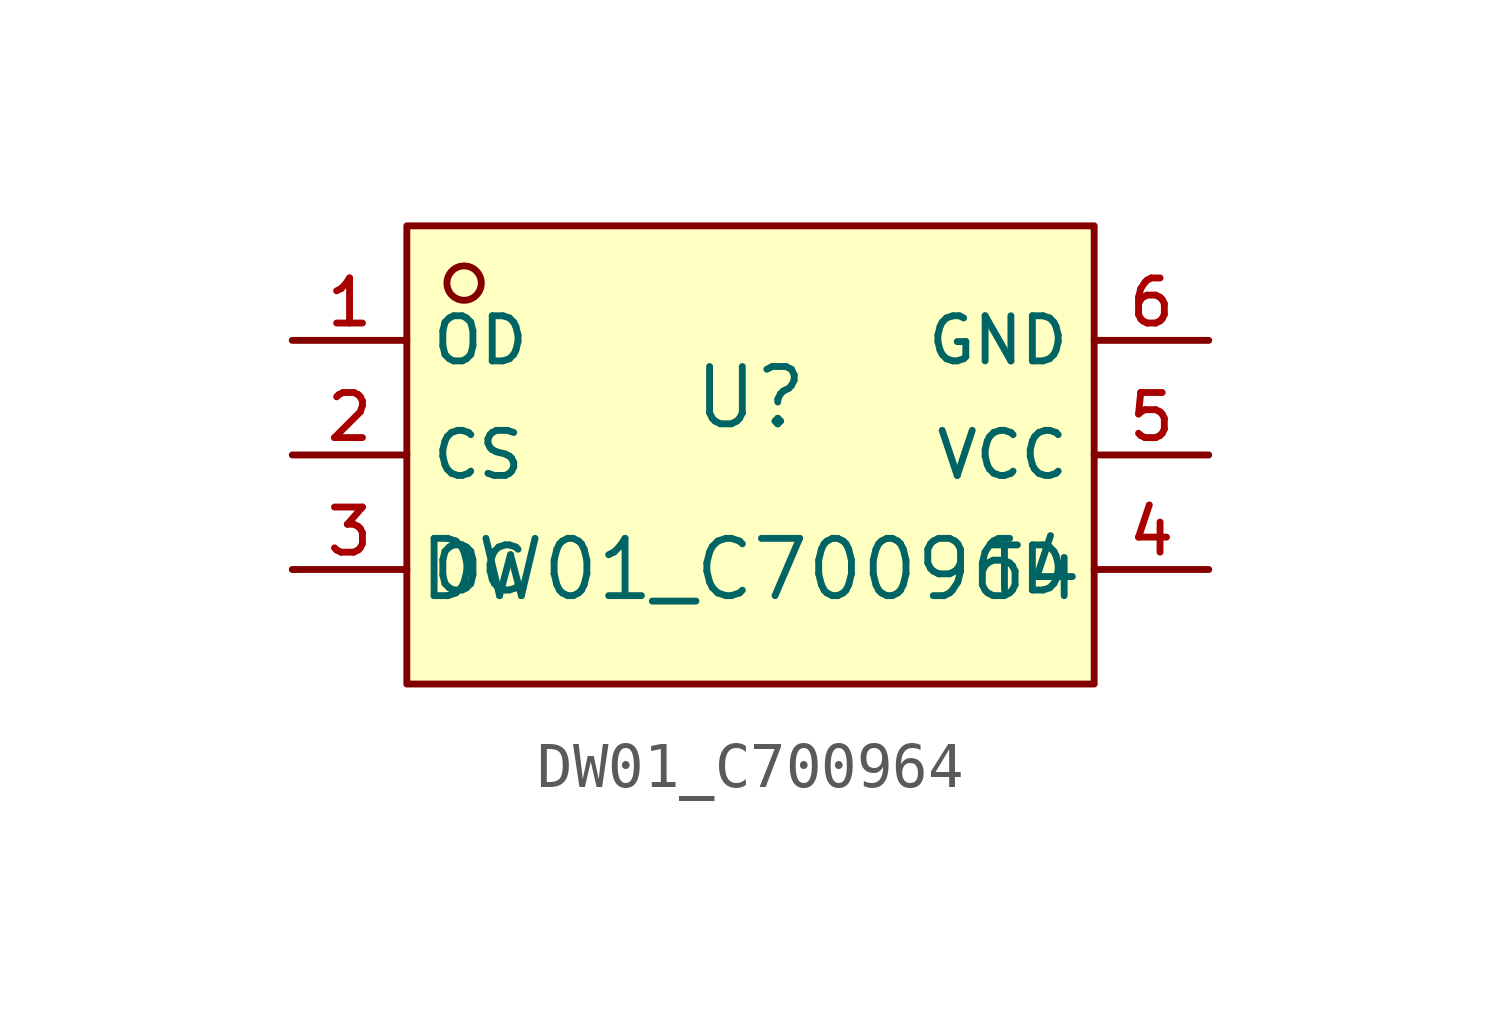
<source format=kicad_sym>
(kicad_symbol_lib
  (version 20210201)
  (generator TousstNicolas/JLC2KiCad_lib)
  (symbol "DW01_C700964"
    (property "Reference" "U"
      (at 0 1.27 0)
      (effects (font (size 1.27 1.27))))
    (property "Value" "DW01_C700964"
      (at 0 -2.54 0)
      (effects (font (size 1.27 1.27))))
    (symbol "DW01_C700964_0_1"
      (pin unspecified line (at 10.16 2.54 180) (length 2.54) (name "GND" (effects (font (size 1 1)))) (number "6" (effects (font (size 1 1)))))
      (pin unspecified line (at 10.16 -0.0 180) (length 2.54) (name "VCC" (effects (font (size 1 1)))) (number "5" (effects (font (size 1 1)))))
      (pin unspecified line (at 10.16 -2.54 180) (length 2.54) (name "TD" (effects (font (size 1 1)))) (number "4" (effects (font (size 1 1)))))
      (pin unspecified line (at -10.16 -2.54 0) (length 2.54) (name "OC" (effects (font (size 1 1)))) (number "3" (effects (font (size 1 1)))))
      (pin unspecified line (at -10.16 -0.0 0) (length 2.54) (name "CS" (effects (font (size 1 1)))) (number "2" (effects (font (size 1 1)))))
      (pin unspecified line (at -10.16 2.54 0) (length 2.54) (name "OD" (effects (font (size 1 1)))) (number "1" (effects (font (size 1 1)))))
      (circle (center -6.35 3.81) (radius 0.381) (stroke (width 0) (type default) (color 0 0 0 0)) (fill (type background)))
      (rectangle (start -7.62 5.08) (end 7.62 -5.08) (stroke (width 0) (type default) (color 0 0 0 0)) (fill (type background))))))
</source>
